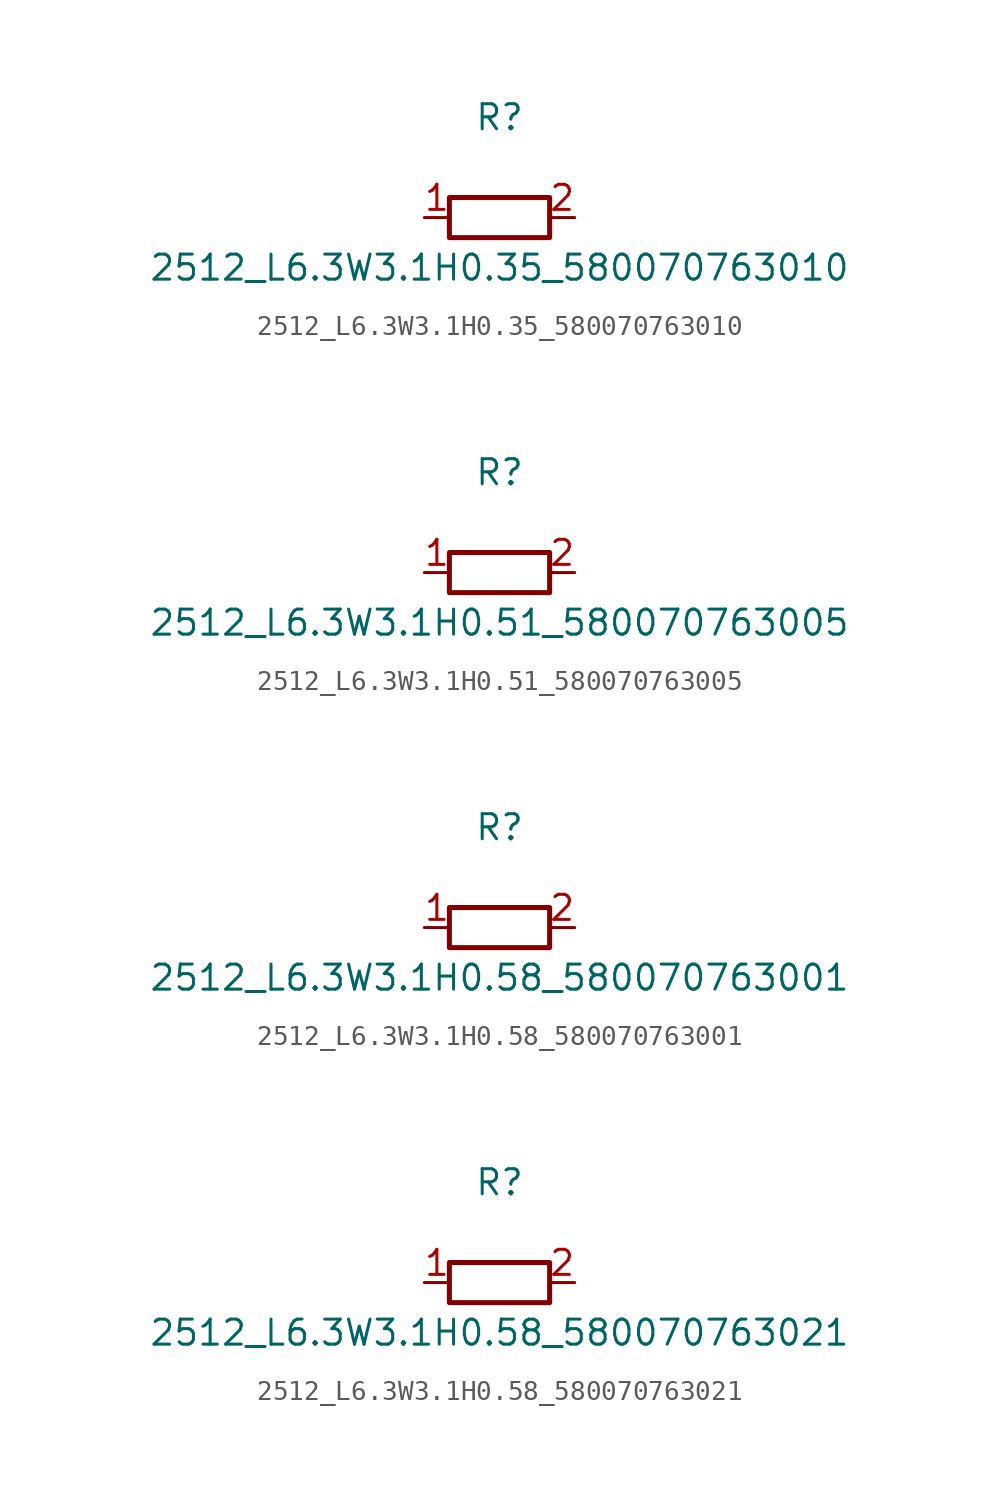
<source format=kicad_sym>
(kicad_symbol_lib
  (version 20220914)
  (generator kicad_symbol_editor)
  (symbol "2512_L6.3W3.1H0.35_580070763010"
    (pin_names hide)
    (property "Reference" "R"
      (at 0 5.08 0)
      (effects (font (size 1.27 1.27))))
    (property "Value" "2512_L6.3W3.1H0.35_580070763010"
      (at 0 -2.54 0)
      (effects (font (size 1.27 1.27))))
    (symbol "2512_L6.3W3.1H0.35_580070763010_0_1"
      (rectangle (start -2.54 -1.016) (end 2.54 1.016) (stroke (width 0.254) (type default)) (fill (type none))))
    (symbol "2512_L6.3W3.1H0.35_580070763010_1_1"
      (pin passive line (at -3.81 0 0) (length 1.27) (name "~" (effects (font (size 1.27 1.27)))) (number "1" (effects (font (size 1.27 1.27)))))
      (pin passive line (at 3.81 0 180) (length 1.27) (name "~" (effects (font (size 1.27 1.27)))) (number "2" (effects (font (size 1.27 1.27)))))))
  (symbol "2512_L6.3W3.1H0.51_580070763005"
    (pin_names hide)
    (property "Reference" "R"
      (at 0 5.08 0)
      (effects (font (size 1.27 1.27))))
    (property "Value" "2512_L6.3W3.1H0.51_580070763005"
      (at 0 -2.54 0)
      (effects (font (size 1.27 1.27))))
    (symbol "2512_L6.3W3.1H0.51_580070763005_0_1"
      (rectangle (start -2.54 -1.016) (end 2.54 1.016) (stroke (width 0.254) (type default)) (fill (type none))))
    (symbol "2512_L6.3W3.1H0.51_580070763005_1_1"
      (pin passive line (at -3.81 0 0) (length 1.27) (name "~" (effects (font (size 1.27 1.27)))) (number "1" (effects (font (size 1.27 1.27)))))
      (pin passive line (at 3.81 0 180) (length 1.27) (name "~" (effects (font (size 1.27 1.27)))) (number "2" (effects (font (size 1.27 1.27)))))))
  (symbol "2512_L6.3W3.1H0.58_580070763001"
    (pin_names hide)
    (property "Reference" "R"
      (at 0 5.08 0)
      (effects (font (size 1.27 1.27))))
    (property "Value" "2512_L6.3W3.1H0.58_580070763001"
      (at 0 -2.54 0)
      (effects (font (size 1.27 1.27))))
    (symbol "2512_L6.3W3.1H0.58_580070763001_0_1"
      (rectangle (start -2.54 -1.016) (end 2.54 1.016) (stroke (width 0.254) (type default)) (fill (type none))))
    (symbol "2512_L6.3W3.1H0.58_580070763001_1_1"
      (pin passive line (at -3.81 0 0) (length 1.27) (name "~" (effects (font (size 1.27 1.27)))) (number "1" (effects (font (size 1.27 1.27)))))
      (pin passive line (at 3.81 0 180) (length 1.27) (name "~" (effects (font (size 1.27 1.27)))) (number "2" (effects (font (size 1.27 1.27)))))))
  (symbol "2512_L6.3W3.1H0.58_580070763021"
    (pin_names hide)
    (property "Reference" "R"
      (at 0 5.08 0)
      (effects (font (size 1.27 1.27))))
    (property "Value" "2512_L6.3W3.1H0.58_580070763021"
      (at 0 -2.54 0)
      (effects (font (size 1.27 1.27))))
    (symbol "2512_L6.3W3.1H0.58_580070763021_0_1"
      (rectangle (start -2.54 -1.016) (end 2.54 1.016) (stroke (width 0.254) (type default)) (fill (type none))))
    (symbol "2512_L6.3W3.1H0.58_580070763021_1_1"
      (pin passive line (at -3.81 0 0) (length 1.27) (name "~" (effects (font (size 1.27 1.27)))) (number "1" (effects (font (size 1.27 1.27)))))
      (pin passive line (at 3.81 0 180) (length 1.27) (name "~" (effects (font (size 1.27 1.27)))) (number "2" (effects (font (size 1.27 1.27))))))))
</source>
